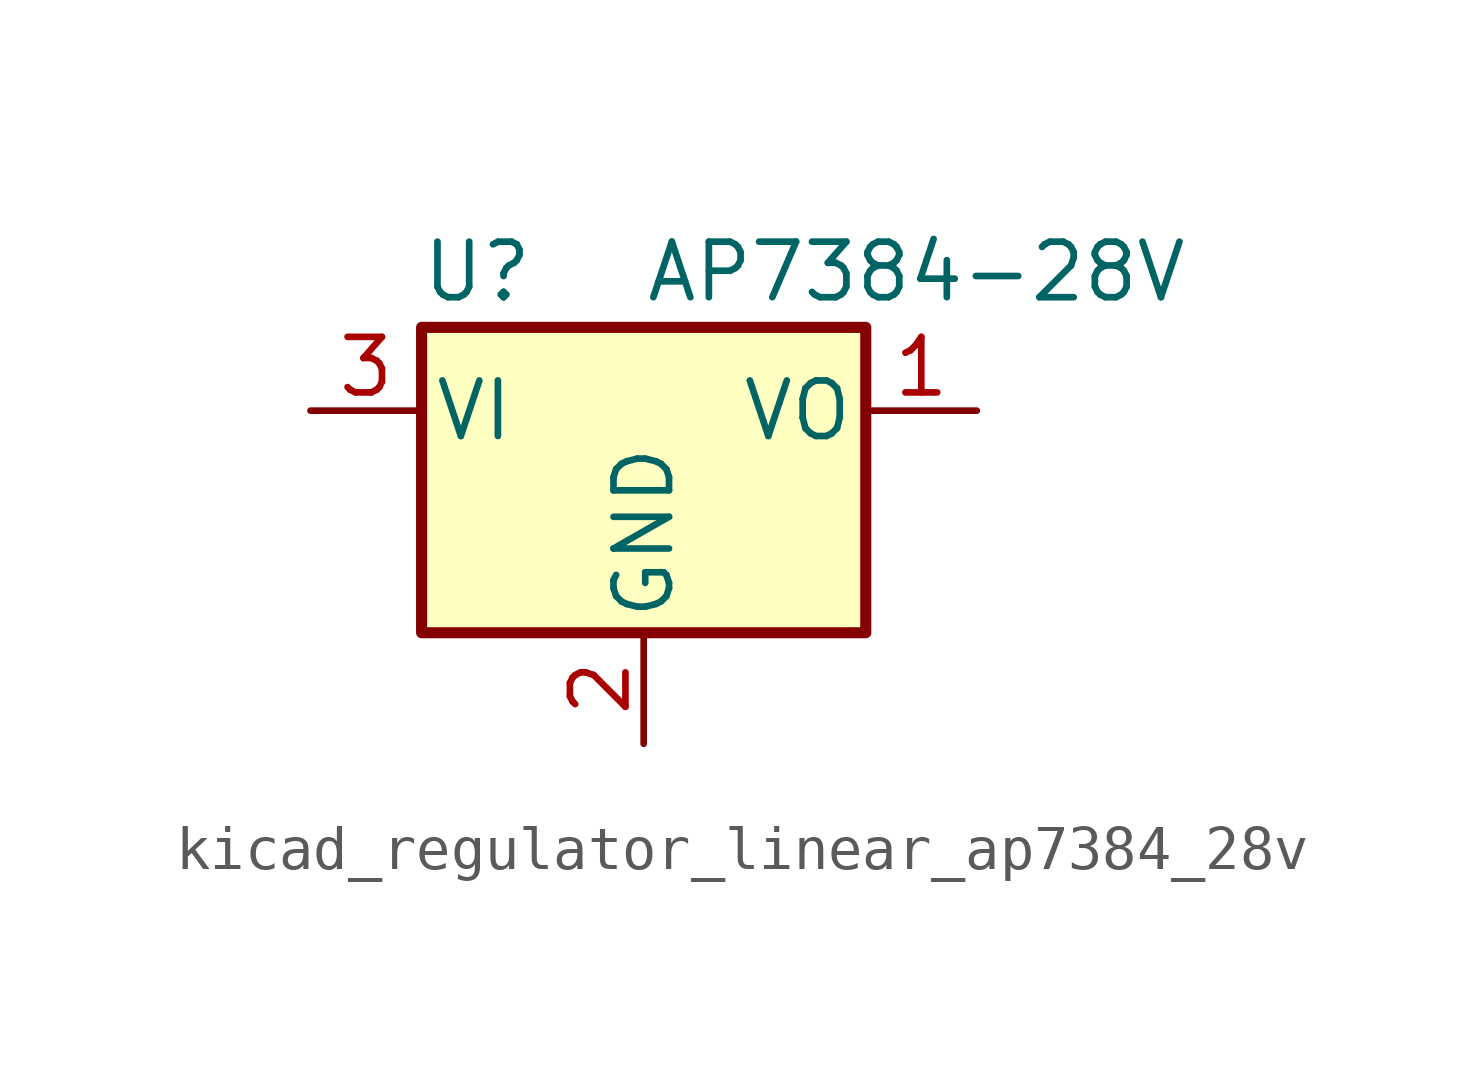
<source format=kicad_sym>
(kicad_symbol_lib
  (version 20220914)
  (generator kicad_symbol_editor)
  (symbol "kicad_regulator_linear_ap7384_28v"
    (pin_names
      (offset 0.254))
    (property "Reference" "U"
      (at -3.81 3.175 0)
      (effects (font (size 1.27 1.27))))
    (property "Value" "AP7384-28V"
      (at 0 3.175 0)
      (effects (font (size 1.27 1.27)) (justify left)))
    (symbol "kicad_regulator_linear_ap7384_28v_0_1"
      (rectangle (start -5.08 1.905) (end 5.08 -5.08) (stroke (width 0.254) (type default)) (fill (type background))))
    (symbol "kicad_regulator_linear_ap7384_28v_1_1"
      (pin power_out line (at 7.62 0 180) (length 2.54) (name "VO" (effects (font (size 1.27 1.27)))) (number "1" (effects (font (size 1.27 1.27)))))
      (pin power_in line (at 0 -7.62 90) (length 2.54) (name "GND" (effects (font (size 1.27 1.27)))) (number "2" (effects (font (size 1.27 1.27)))))
      (pin power_in line (at -7.62 0 0) (length 2.54) (name "VI" (effects (font (size 1.27 1.27)))) (number "3" (effects (font (size 1.27 1.27))))))))
</source>
